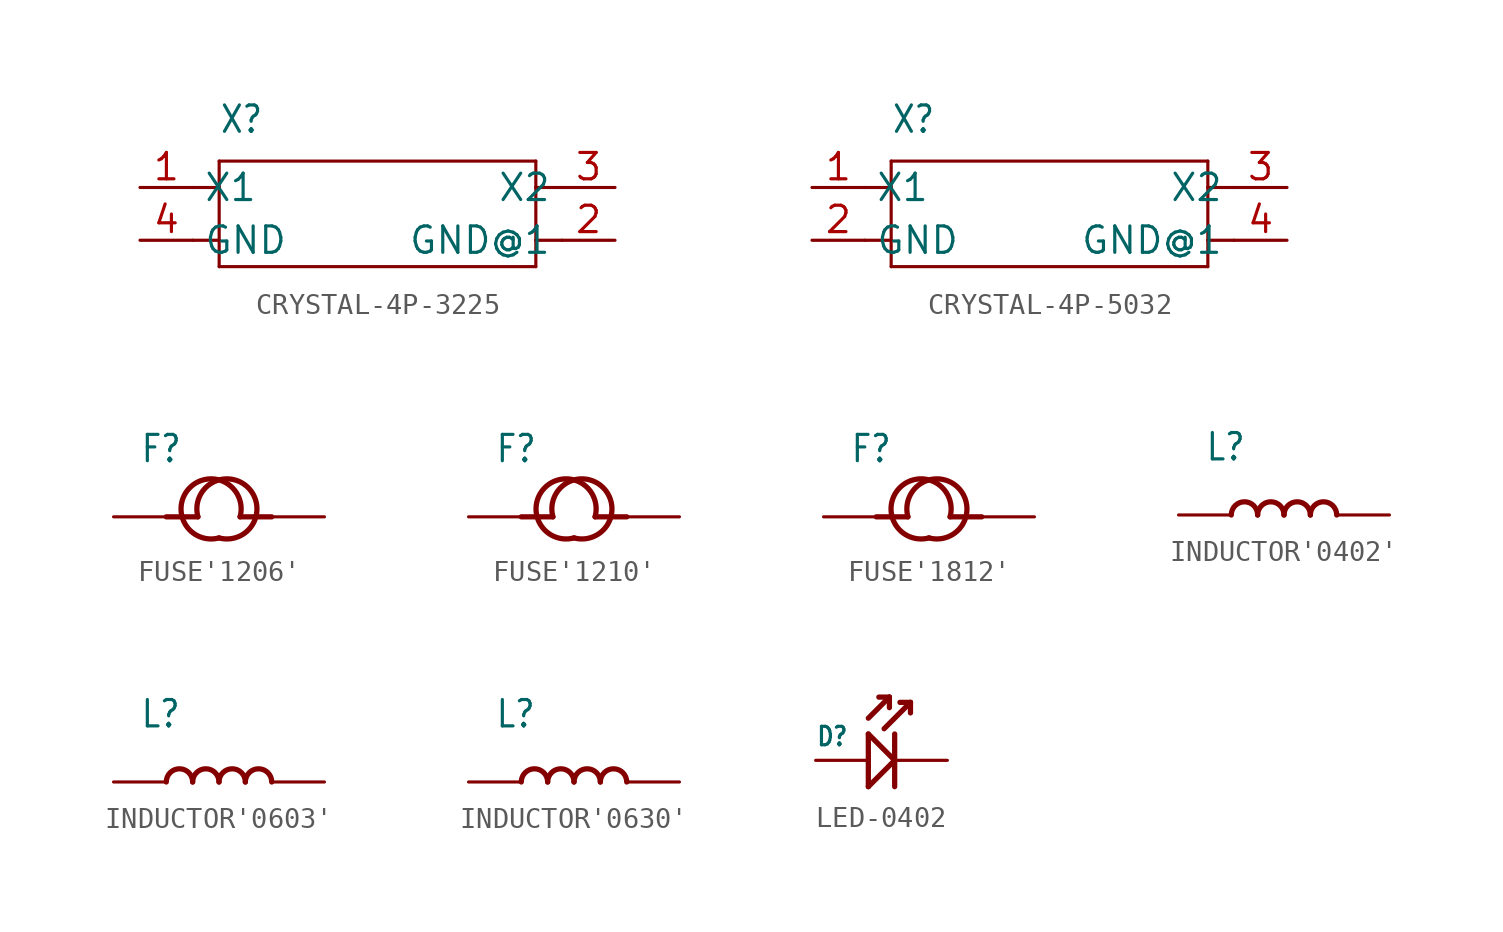
<source format=kicad_sym>
(kicad_symbol_lib
  (version 20231120)
  (generator "kicad_symbol_editor")
  (generator_version "8.0")
  (symbol "CRYSTAL-4P-3225"
    (property "Reference" "X"
      (at -7.62 3.81 0)
      (effects (font (size 1.27 1.079)) (justify left bottom)))
    (property "Value" ""
      (at -7.62 2.54 0)
      (effects (font (size 1.27 1.079)) (justify left bottom)))
    (property "ki_locked" ""
      (at 0 0 0)
      (effects (font (size 1.27 1.27))))
    (symbol "CRYSTAL-4P-3225_1_0"
      (polyline (pts (xy -8.89 -1.27) (xy -7.62 -1.27)) (stroke (width 0.152) (type solid)) (fill (type none)))
      (polyline (pts (xy -8.89 1.27) (xy -7.62 1.27)) (stroke (width 0.152) (type solid)) (fill (type none)))
      (polyline (pts (xy -7.62 -2.54) (xy -7.62 -1.27)) (stroke (width 0.152) (type solid)) (fill (type none)))
      (polyline (pts (xy -7.62 -1.27) (xy -7.62 1.27)) (stroke (width 0.152) (type solid)) (fill (type none)))
      (polyline (pts (xy -7.62 1.27) (xy -7.62 2.54)) (stroke (width 0.152) (type solid)) (fill (type none)))
      (polyline (pts (xy -7.62 2.54) (xy 7.62 2.54)) (stroke (width 0.152) (type solid)) (fill (type none)))
      (polyline (pts (xy 7.62 -2.54) (xy -7.62 -2.54)) (stroke (width 0.152) (type solid)) (fill (type none)))
      (polyline (pts (xy 7.62 -1.27) (xy 7.62 -2.54)) (stroke (width 0.152) (type solid)) (fill (type none)))
      (polyline (pts (xy 7.62 1.27) (xy 7.62 -1.27)) (stroke (width 0.152) (type solid)) (fill (type none)))
      (polyline (pts (xy 7.62 2.54) (xy 7.62 1.27)) (stroke (width 0.152) (type solid)) (fill (type none)))
      (polyline (pts (xy 8.89 -1.27) (xy 7.62 -1.27)) (stroke (width 0.152) (type solid)) (fill (type none)))
      (polyline (pts (xy 8.89 1.27) (xy 7.62 1.27)) (stroke (width 0.152) (type solid)) (fill (type none)))
      (pin bidirectional line (at -11.43 1.27 0) (length 2.54) (name "X1" (effects (font (size 1.27 1.27)))) (number "1" (effects (font (size 1.27 1.27)))))
      (pin bidirectional line (at 11.43 -1.27 180) (length 2.54) (name "GND@1" (effects (font (size 1.27 1.27)))) (number "2" (effects (font (size 1.27 1.27)))))
      (pin bidirectional line (at 11.43 1.27 180) (length 2.54) (name "X2" (effects (font (size 1.27 1.27)))) (number "3" (effects (font (size 1.27 1.27)))))
      (pin bidirectional line (at -11.43 -1.27 0) (length 2.54) (name "GND" (effects (font (size 1.27 1.27)))) (number "4" (effects (font (size 1.27 1.27)))))))
  (symbol "CRYSTAL-4P-5032"
    (property "Reference" "X"
      (at -7.62 3.81 0)
      (effects (font (size 1.27 1.079)) (justify left bottom)))
    (property "Value" ""
      (at -7.62 2.54 0)
      (effects (font (size 1.27 1.079)) (justify left bottom)))
    (property "ki_locked" ""
      (at 0 0 0)
      (effects (font (size 1.27 1.27))))
    (symbol "CRYSTAL-4P-5032_1_0"
      (polyline (pts (xy -8.89 -1.27) (xy -7.62 -1.27)) (stroke (width 0.152) (type solid)) (fill (type none)))
      (polyline (pts (xy -8.89 1.27) (xy -7.62 1.27)) (stroke (width 0.152) (type solid)) (fill (type none)))
      (polyline (pts (xy -7.62 -2.54) (xy -7.62 -1.27)) (stroke (width 0.152) (type solid)) (fill (type none)))
      (polyline (pts (xy -7.62 -1.27) (xy -7.62 1.27)) (stroke (width 0.152) (type solid)) (fill (type none)))
      (polyline (pts (xy -7.62 1.27) (xy -7.62 2.54)) (stroke (width 0.152) (type solid)) (fill (type none)))
      (polyline (pts (xy -7.62 2.54) (xy 7.62 2.54)) (stroke (width 0.152) (type solid)) (fill (type none)))
      (polyline (pts (xy 7.62 -2.54) (xy -7.62 -2.54)) (stroke (width 0.152) (type solid)) (fill (type none)))
      (polyline (pts (xy 7.62 -1.27) (xy 7.62 -2.54)) (stroke (width 0.152) (type solid)) (fill (type none)))
      (polyline (pts (xy 7.62 1.27) (xy 7.62 -1.27)) (stroke (width 0.152) (type solid)) (fill (type none)))
      (polyline (pts (xy 7.62 2.54) (xy 7.62 1.27)) (stroke (width 0.152) (type solid)) (fill (type none)))
      (polyline (pts (xy 8.89 -1.27) (xy 7.62 -1.27)) (stroke (width 0.152) (type solid)) (fill (type none)))
      (polyline (pts (xy 8.89 1.27) (xy 7.62 1.27)) (stroke (width 0.152) (type solid)) (fill (type none)))
      (pin bidirectional line (at -11.43 1.27 0) (length 2.54) (name "X1" (effects (font (size 1.27 1.27)))) (number "1" (effects (font (size 1.27 1.27)))))
      (pin bidirectional line (at -11.43 -1.27 0) (length 2.54) (name "GND" (effects (font (size 1.27 1.27)))) (number "2" (effects (font (size 1.27 1.27)))))
      (pin bidirectional line (at 11.43 1.27 180) (length 2.54) (name "X2" (effects (font (size 1.27 1.27)))) (number "3" (effects (font (size 1.27 1.27)))))
      (pin bidirectional line (at 11.43 -1.27 180) (length 2.54) (name "GND@1" (effects (font (size 1.27 1.27)))) (number "4" (effects (font (size 1.27 1.27)))))))
  (symbol "FUSE'1206'"
    (property "Reference" "F"
      (at -3.81 2.54 0)
      (effects (font (size 1.27 1.079)) (justify left bottom)))
    (property "Value" ""
      (at -3.81 1.27 0)
      (effects (font (size 1.27 1.079)) (justify left bottom)))
    (property "ki_locked" ""
      (at 0 0 0)
      (effects (font (size 1.27 1.27))))
    (symbol "FUSE'1206'_1_0"
      (arc (start -0.0001 -1.016) (mid 1.4048 1.4047) (end -1.016 0) (stroke (width 0.254) (type solid)) (fill (type none)))
      (polyline (pts (xy -2.54 0) (xy -1.016 0)) (stroke (width 0.254) (type solid)) (fill (type none)))
      (polyline (pts (xy 2.54 0) (xy 1.016 0)) (stroke (width 0.254) (type solid)) (fill (type none)))
      (arc (start 1.016 -0.0001) (mid -1.4047 1.4048) (end 0 -1.016) (stroke (width 0.254) (type solid)) (fill (type none)))
      (pin bidirectional line (at -5.08 0 0) (length 2.54) (name "1" (effects (font (size 0 0)))) (number "1" (effects (font (size 0 0)))))
      (pin bidirectional line (at 5.08 0 180) (length 2.54) (name "2" (effects (font (size 0 0)))) (number "2" (effects (font (size 0 0)))))))
  (symbol "FUSE'1210'"
    (property "Reference" "F"
      (at -3.81 2.54 0)
      (effects (font (size 1.27 1.079)) (justify left bottom)))
    (property "Value" ""
      (at -3.81 1.27 0)
      (effects (font (size 1.27 1.079)) (justify left bottom)))
    (property "ki_locked" ""
      (at 0 0 0)
      (effects (font (size 1.27 1.27))))
    (symbol "FUSE'1210'_1_0"
      (arc (start -0.0001 -1.016) (mid 1.4048 1.4047) (end -1.016 0) (stroke (width 0.254) (type solid)) (fill (type none)))
      (polyline (pts (xy -2.54 0) (xy -1.016 0)) (stroke (width 0.254) (type solid)) (fill (type none)))
      (polyline (pts (xy 2.54 0) (xy 1.016 0)) (stroke (width 0.254) (type solid)) (fill (type none)))
      (arc (start 1.016 -0.0001) (mid -1.4047 1.4048) (end 0 -1.016) (stroke (width 0.254) (type solid)) (fill (type none)))
      (pin bidirectional line (at -5.08 0 0) (length 2.54) (name "1" (effects (font (size 0 0)))) (number "1" (effects (font (size 0 0)))))
      (pin bidirectional line (at 5.08 0 180) (length 2.54) (name "2" (effects (font (size 0 0)))) (number "2" (effects (font (size 0 0)))))))
  (symbol "FUSE'1812'"
    (property "Reference" "F"
      (at -3.81 2.54 0)
      (effects (font (size 1.27 1.079)) (justify left bottom)))
    (property "Value" ""
      (at -3.81 1.27 0)
      (effects (font (size 1.27 1.079)) (justify left bottom)))
    (property "ki_locked" ""
      (at 0 0 0)
      (effects (font (size 1.27 1.27))))
    (symbol "FUSE'1812'_1_0"
      (arc (start -0.0001 -1.016) (mid 1.4048 1.4047) (end -1.016 0) (stroke (width 0.254) (type solid)) (fill (type none)))
      (polyline (pts (xy -2.54 0) (xy -1.016 0)) (stroke (width 0.254) (type solid)) (fill (type none)))
      (polyline (pts (xy 2.54 0) (xy 1.016 0)) (stroke (width 0.254) (type solid)) (fill (type none)))
      (arc (start 1.016 -0.0001) (mid -1.4047 1.4048) (end 0 -1.016) (stroke (width 0.254) (type solid)) (fill (type none)))
      (pin bidirectional line (at -5.08 0 0) (length 2.54) (name "1" (effects (font (size 0 0)))) (number "1" (effects (font (size 0 0)))))
      (pin bidirectional line (at 5.08 0 180) (length 2.54) (name "2" (effects (font (size 0 0)))) (number "2" (effects (font (size 0 0)))))))
  (symbol "INDUCTOR'0402'"
    (property "Reference" "L"
      (at -3.81 2.54 0)
      (effects (font (size 1.27 1.079)) (justify left bottom)))
    (property "Value" ""
      (at -3.81 1.27 0)
      (effects (font (size 1.27 1.079)) (justify left bottom)))
    (property "ki_locked" ""
      (at 0 0 0)
      (effects (font (size 1.27 1.27))))
    (symbol "INDUCTOR'0402'_1_0"
      (arc (start -1.27 0) (mid -1.905 0.635) (end -2.54 0) (stroke (width 0.254) (type solid)) (fill (type none)))
      (arc (start 0 0) (mid -0.635 0.635) (end -1.27 0) (stroke (width 0.254) (type solid)) (fill (type none)))
      (arc (start 1.27 0) (mid 0.635 0.635) (end 0 0) (stroke (width 0.254) (type solid)) (fill (type none)))
      (arc (start 2.54 0) (mid 1.905 0.635) (end 1.27 0) (stroke (width 0.254) (type solid)) (fill (type none)))
      (pin passive line (at -5.08 0 0) (length 2.54) (name "1" (effects (font (size 0 0)))) (number "1" (effects (font (size 0 0)))))
      (pin passive line (at 5.08 0 180) (length 2.54) (name "2" (effects (font (size 0 0)))) (number "2" (effects (font (size 0 0)))))))
  (symbol "INDUCTOR'0603'"
    (property "Reference" "L"
      (at -3.81 2.54 0)
      (effects (font (size 1.27 1.079)) (justify left bottom)))
    (property "Value" ""
      (at -3.81 1.27 0)
      (effects (font (size 1.27 1.079)) (justify left bottom)))
    (property "ki_locked" ""
      (at 0 0 0)
      (effects (font (size 1.27 1.27))))
    (symbol "INDUCTOR'0603'_1_0"
      (arc (start -1.27 0) (mid -1.905 0.635) (end -2.54 0) (stroke (width 0.254) (type solid)) (fill (type none)))
      (arc (start 0 0) (mid -0.635 0.635) (end -1.27 0) (stroke (width 0.254) (type solid)) (fill (type none)))
      (arc (start 1.27 0) (mid 0.635 0.635) (end 0 0) (stroke (width 0.254) (type solid)) (fill (type none)))
      (arc (start 2.54 0) (mid 1.905 0.635) (end 1.27 0) (stroke (width 0.254) (type solid)) (fill (type none)))
      (pin passive line (at -5.08 0 0) (length 2.54) (name "1" (effects (font (size 0 0)))) (number "1" (effects (font (size 0 0)))))
      (pin passive line (at 5.08 0 180) (length 2.54) (name "2" (effects (font (size 0 0)))) (number "2" (effects (font (size 0 0)))))))
  (symbol "INDUCTOR'0630'"
    (property "Reference" "L"
      (at -3.81 2.54 0)
      (effects (font (size 1.27 1.079)) (justify left bottom)))
    (property "Value" ""
      (at -3.81 1.27 0)
      (effects (font (size 1.27 1.079)) (justify left bottom)))
    (property "ki_locked" ""
      (at 0 0 0)
      (effects (font (size 1.27 1.27))))
    (symbol "INDUCTOR'0630'_1_0"
      (arc (start -1.27 0) (mid -1.905 0.635) (end -2.54 0) (stroke (width 0.254) (type solid)) (fill (type none)))
      (arc (start 0 0) (mid -0.635 0.635) (end -1.27 0) (stroke (width 0.254) (type solid)) (fill (type none)))
      (arc (start 1.27 0) (mid 0.635 0.635) (end 0 0) (stroke (width 0.254) (type solid)) (fill (type none)))
      (arc (start 2.54 0) (mid 1.905 0.635) (end 1.27 0) (stroke (width 0.254) (type solid)) (fill (type none)))
      (pin passive line (at -5.08 0 0) (length 2.54) (name "1" (effects (font (size 0 0)))) (number "1" (effects (font (size 0 0)))))
      (pin passive line (at 5.08 0 180) (length 2.54) (name "2" (effects (font (size 0 0)))) (number "2" (effects (font (size 0 0)))))))
  (symbol "LED-0402"
    (property "Reference" "D"
      (at -2.54 0.635 0)
      (effects (font (size 0.889 0.756)) (justify left bottom)))
    (property "Value" ""
      (at 1.27 0.635 0)
      (effects (font (size 0.889 0.756)) (justify left bottom)))
    (property "ki_locked" ""
      (at 0 0 0)
      (effects (font (size 1.27 1.27))))
    (symbol "LED-0402_1_0"
      (polyline (pts (xy 0 -1.27) (xy 0 1.27)) (stroke (width 0.254) (type solid)) (fill (type none)))
      (polyline (pts (xy 0 1.27) (xy 1.27 0)) (stroke (width 0.254) (type solid)) (fill (type none)))
      (polyline (pts (xy 0 2.032) (xy 1.016 3.048)) (stroke (width 0.254) (type solid)) (fill (type none)))
      (polyline (pts (xy 0.762 1.524) (xy 2.032 2.794)) (stroke (width 0.254) (type solid)) (fill (type none)))
      (polyline (pts (xy 1.016 3.048) (xy 0.508 3.048)) (stroke (width 0.254) (type solid)) (fill (type none)))
      (polyline (pts (xy 1.016 3.048) (xy 1.016 2.54)) (stroke (width 0.254) (type solid)) (fill (type none)))
      (polyline (pts (xy 1.27 0) (xy 0 -1.27)) (stroke (width 0.254) (type solid)) (fill (type none)))
      (polyline (pts (xy 1.27 0) (xy 1.27 -1.27)) (stroke (width 0.254) (type solid)) (fill (type none)))
      (polyline (pts (xy 1.27 1.27) (xy 1.27 0)) (stroke (width 0.254) (type solid)) (fill (type none)))
      (polyline (pts (xy 2.032 2.794) (xy 1.524 2.794)) (stroke (width 0.254) (type solid)) (fill (type none)))
      (polyline (pts (xy 2.032 2.794) (xy 2.032 2.286)) (stroke (width 0.254) (type solid)) (fill (type none)))
      (pin passive line (at -2.54 0 0) (length 2.54) (name "+" (effects (font (size 0 0)))) (number "+" (effects (font (size 0 0)))))
      (pin passive line (at 3.81 0 180) (length 2.54) (name "-" (effects (font (size 0 0)))) (number "-" (effects (font (size 0 0))))))))
</source>
